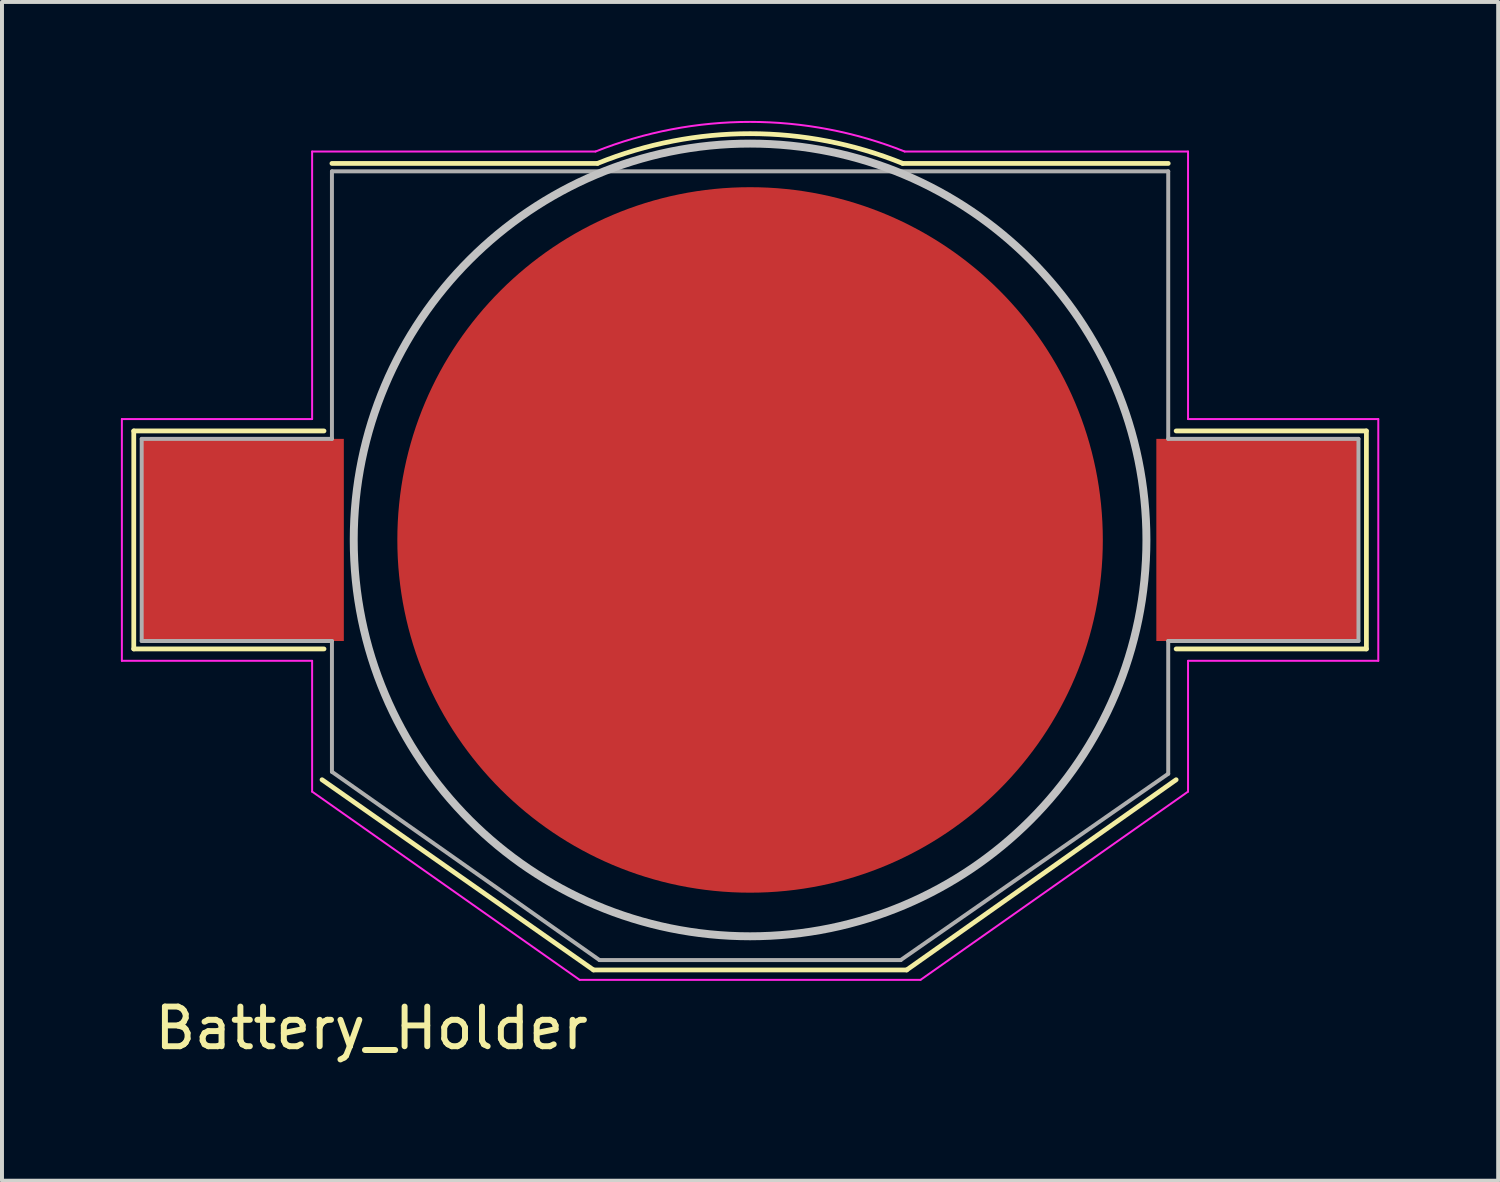
<source format=kicad_pcb>
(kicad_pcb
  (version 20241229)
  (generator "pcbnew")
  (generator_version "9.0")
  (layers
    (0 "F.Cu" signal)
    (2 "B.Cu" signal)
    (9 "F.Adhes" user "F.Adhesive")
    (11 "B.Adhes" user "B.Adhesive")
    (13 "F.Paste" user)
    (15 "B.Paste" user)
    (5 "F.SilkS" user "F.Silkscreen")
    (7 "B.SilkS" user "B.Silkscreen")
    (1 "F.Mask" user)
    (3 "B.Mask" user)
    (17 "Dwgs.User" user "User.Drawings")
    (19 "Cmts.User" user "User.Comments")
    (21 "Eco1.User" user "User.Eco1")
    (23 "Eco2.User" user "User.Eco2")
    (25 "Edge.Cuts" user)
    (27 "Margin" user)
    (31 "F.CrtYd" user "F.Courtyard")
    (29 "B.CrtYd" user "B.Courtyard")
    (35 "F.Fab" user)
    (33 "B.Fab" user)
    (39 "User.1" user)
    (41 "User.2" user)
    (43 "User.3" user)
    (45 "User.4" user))
  (footprint "Battery_Holder"
    (layer "F.Cu")
    (at 16.18 10.065)
    (property "Reference" "Battery_Holder" (at -9.855 12.827 0) (layer "F.SilkS") (effects (font (size 1 1) (thickness 0.15))))
    (attr through_hole)
    (fp_line (start -15.855 -2.242) (end -15.855 3.258) (stroke (width 0.12) (type solid)) (layer "F.SilkS"))
    (fp_line (start -15.855 3.258) (end -11.055 3.258) (stroke (width 0.12) (type solid)) (layer "F.SilkS"))
    (fp_line (start -11.105 6.558) (end -4.255 11.358) (stroke (width 0.12) (type solid)) (layer "F.SilkS"))
    (fp_line (start -11.055 -2.242) (end -15.855 -2.242) (stroke (width 0.12) (type solid)) (layer "F.SilkS"))
    (fp_line (start -10.855 -8.992) (end -4.155 -8.992) (stroke (width 0.12) (type solid)) (layer "F.SilkS"))
    (fp_line (start -4.255 11.358) (end 3.645 11.358) (stroke (width 0.12) (type solid)) (layer "F.SilkS"))
    (fp_line (start 3.645 11.358) (end 10.445 6.558) (stroke (width 0.12) (type solid)) (layer "F.SilkS"))
    (fp_line (start 10.245 -8.992) (end 3.545 -8.992) (stroke (width 0.12) (type solid)) (layer "F.SilkS"))
    (fp_line (start 10.445 3.258) (end 15.245 3.258) (stroke (width 0.12) (type solid)) (layer "F.SilkS"))
    (fp_line (start 15.245 -2.242) (end 10.445 -2.242) (stroke (width 0.12) (type solid)) (layer "F.SilkS"))
    (fp_line (start 15.245 3.258) (end 15.245 -2.242) (stroke (width 0.12) (type solid)) (layer "F.SilkS"))
    (fp_arc (start -4.151185 -8.993464) (mid -0.30285 -9.742487) (end 3.5452 -8.992) (stroke (width 0.12) (type solid)) (layer "F.SilkS"))
    (fp_circle (center -0.305 0.508) (end 9.695 0.508) (stroke (width 0.2) (type solid)) (fill no) (layer "Dwgs.User"))
    (fp_line (start -16.155 -2.542) (end -11.355 -2.542) (stroke (width 0.05) (type solid)) (layer "F.CrtYd"))
    (fp_line (start -16.155 3.558) (end -16.155 -2.542) (stroke (width 0.05) (type solid)) (layer "F.CrtYd"))
    (fp_line (start -11.355 -9.292) (end -4.205 -9.292) (stroke (width 0.05) (type solid)) (layer "F.CrtYd"))
    (fp_line (start -11.355 -2.542) (end -11.355 -9.292) (stroke (width 0.05) (type solid)) (layer "F.CrtYd"))
    (fp_line (start -11.355 3.558) (end -16.155 3.558) (stroke (width 0.05) (type solid)) (layer "F.CrtYd"))
    (fp_line (start -11.355 6.858) (end -11.355 3.558) (stroke (width 0.05) (type solid)) (layer "F.CrtYd"))
    (fp_line (start -4.605 11.608) (end -11.355 6.858) (stroke (width 0.05) (type solid)) (layer "F.CrtYd"))
    (fp_line (start 3.995 11.608) (end -4.605 11.608) (stroke (width 0.05) (type solid)) (layer "F.CrtYd"))
    (fp_line (start 10.745 -9.292) (end 3.595 -9.292) (stroke (width 0.05) (type solid)) (layer "F.CrtYd"))
    (fp_line (start 10.745 -9.292) (end 10.745 -2.542) (stroke (width 0.05) (type solid)) (layer "F.CrtYd"))
    (fp_line (start 10.745 -2.542) (end 15.545 -2.542) (stroke (width 0.05) (type solid)) (layer "F.CrtYd"))
    (fp_line (start 10.745 3.558) (end 10.745 6.858) (stroke (width 0.05) (type solid)) (layer "F.CrtYd"))
    (fp_line (start 10.745 6.858) (end 3.995 11.608) (stroke (width 0.05) (type solid)) (layer "F.CrtYd"))
    (fp_line (start 15.545 -2.542) (end 15.545 3.558) (stroke (width 0.05) (type solid)) (layer "F.CrtYd"))
    (fp_line (start 15.545 3.558) (end 10.745 3.558) (stroke (width 0.05) (type solid)) (layer "F.CrtYd"))
    (fp_arc (start -4.2048 -9.292) (mid -0.3048 -10.039512) (end 3.5952 -9.292) (stroke (width 0.05) (type solid)) (layer "F.CrtYd"))
    (fp_line (start -15.655 -2.042) (end -15.655 3.058) (stroke (width 0.1) (type solid)) (layer "F.Fab"))
    (fp_line (start -15.655 -2.042) (end -10.855 -2.042) (stroke (width 0.1) (type solid)) (layer "F.Fab"))
    (fp_line (start -15.655 3.058) (end -10.855 3.058) (stroke (width 0.1) (type solid)) (layer "F.Fab"))
    (fp_line (start -10.855 -2.042) (end -10.855 -8.792) (stroke (width 0.1) (type solid)) (layer "F.Fab"))
    (fp_line (start -10.855 3.058) (end -10.855 6.358) (stroke (width 0.1) (type solid)) (layer "F.Fab"))
    (fp_line (start -10.855 6.358) (end -4.105 11.108) (stroke (width 0.1) (type solid)) (layer "F.Fab"))
    (fp_line (start -4.105 11.108) (end 3.495 11.108) (stroke (width 0.1) (type solid)) (layer "F.Fab"))
    (fp_line (start 10.245 -8.792) (end -10.855 -8.792) (stroke (width 0.1) (type solid)) (layer "F.Fab"))
    (fp_line (start 10.245 -2.042) (end 10.245 -8.792) (stroke (width 0.1) (type solid)) (layer "F.Fab"))
    (fp_line (start 10.245 3.058) (end 10.245 6.408) (stroke (width 0.1) (type solid)) (layer "F.Fab"))
    (fp_line (start 10.245 3.058) (end 15.045 3.058) (stroke (width 0.1) (type solid)) (layer "F.Fab"))
    (fp_line (start 10.245 6.408) (end 3.495 11.108) (stroke (width 0.1) (type solid)) (layer "F.Fab"))
    (fp_line (start 15.045 -2.042) (end 10.245 -2.042) (stroke (width 0.1) (type solid)) (layer "F.Fab"))
    (fp_line (start 15.045 3.058) (end 15.045 -2.042) (stroke (width 0.1) (type solid)) (layer "F.Fab"))
    (pad "1" smd rect (at -13.105 0.508) (size 5.1 5.1) (layers "F.Cu" "F.Mask" "F.Paste"))
    (pad "1" smd rect (at 12.495 0.508) (size 5.1 5.1) (layers "F.Cu" "F.Mask" "F.Paste"))
    (pad "2" smd circle (at -0.305 0.508) (size 17.8 17.8) (layers "F.Cu" "F.Mask")))
  (gr_rect
    (start -3 -3)
    (end 34.75 26.74)
    (stroke (width 0.1) (type default))
    (fill no)
    (layer "Edge.Cuts")))
</source>
